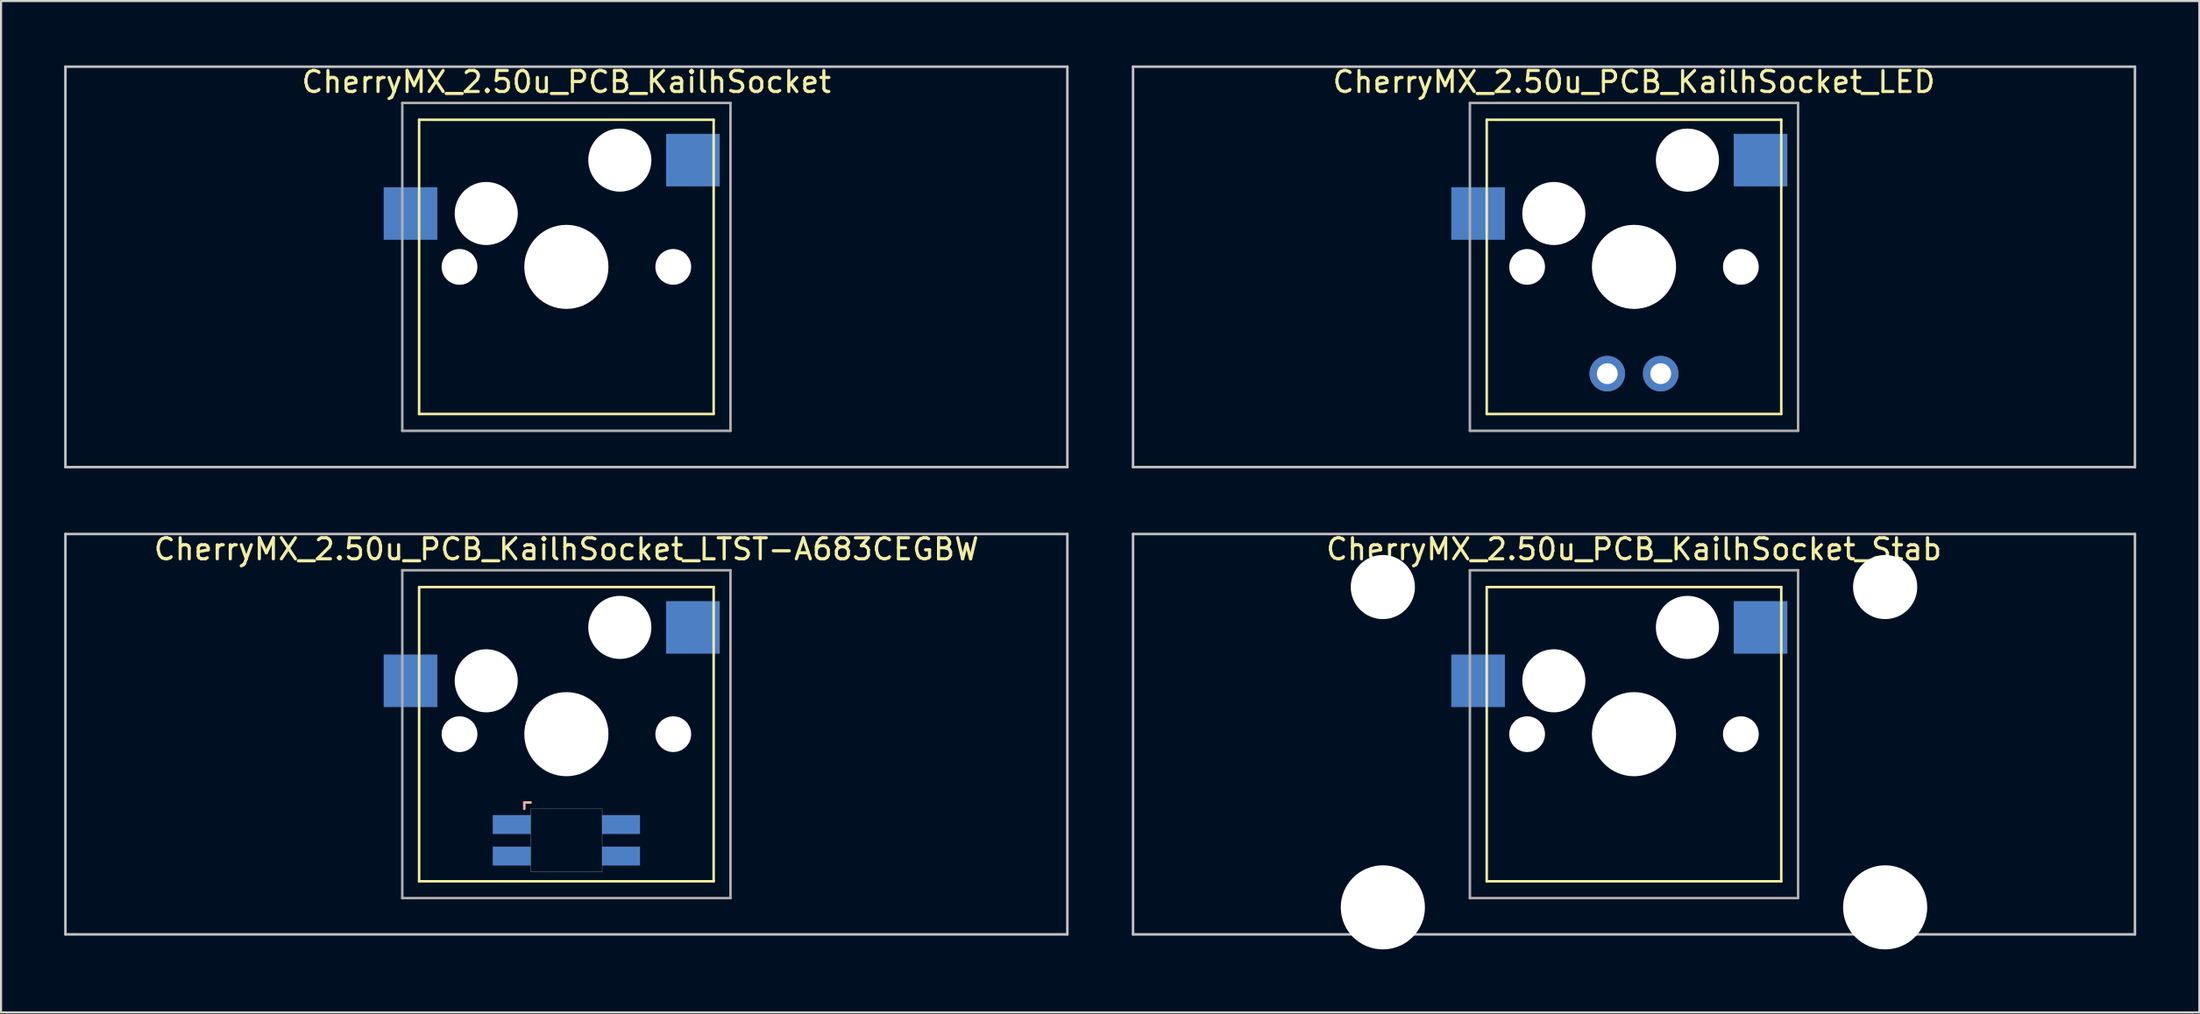
<source format=kicad_pcb>
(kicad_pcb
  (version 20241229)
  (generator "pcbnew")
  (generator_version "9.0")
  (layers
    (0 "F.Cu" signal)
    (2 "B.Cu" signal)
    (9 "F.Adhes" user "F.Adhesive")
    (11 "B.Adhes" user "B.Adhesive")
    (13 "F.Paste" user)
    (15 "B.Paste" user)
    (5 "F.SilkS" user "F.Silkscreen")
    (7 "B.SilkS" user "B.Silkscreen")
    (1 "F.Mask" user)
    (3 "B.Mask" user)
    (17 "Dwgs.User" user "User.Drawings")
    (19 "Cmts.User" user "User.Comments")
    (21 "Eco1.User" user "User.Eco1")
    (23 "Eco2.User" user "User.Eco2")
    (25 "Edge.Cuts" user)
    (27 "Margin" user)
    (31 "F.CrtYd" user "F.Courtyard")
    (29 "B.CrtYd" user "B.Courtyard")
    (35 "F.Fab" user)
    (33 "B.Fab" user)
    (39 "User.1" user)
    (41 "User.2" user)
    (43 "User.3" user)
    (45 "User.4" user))
  (footprint "CherryMX_2.50u_PCB_KailhSocket_LTST-A683CEGBW"
    (layer "F.Cu")
    (at 23.872 31.881)
    (property "Reference" "CherryMX_2.50u_PCB_KailhSocket_LTST-A683CEGBW" (at 0 -8.8 0) (layer "F.SilkS") (effects (font (size 1 1) (thickness 0.15))))
    (attr through_hole)
    (fp_line (start -7 -7) (end -7 7) (stroke (width 0.12) (type solid)) (layer "F.SilkS"))
    (fp_line (start -7 -7) (end 7 -7) (stroke (width 0.12) (type solid)) (layer "F.SilkS"))
    (fp_line (start 7 -7) (end 7 7) (stroke (width 0.12) (type solid)) (layer "F.SilkS"))
    (fp_line (start 7 7) (end -7 7) (stroke (width 0.12) (type solid)) (layer "F.SilkS"))
    (fp_line (start -2 3.25) (end -2 3.55) (stroke (width 0.12) (type solid)) (layer "B.SilkS"))
    (fp_line (start -1.7 3.25) (end -2 3.25) (stroke (width 0.12) (type solid)) (layer "B.SilkS"))
    (fp_line (start -23.812 -9.525) (end 23.812 -9.525) (stroke (width 0.12) (type solid)) (layer "Dwgs.User"))
    (fp_line (start -23.812 9.525) (end -23.812 -9.525) (stroke (width 0.12) (type solid)) (layer "Dwgs.User"))
    (fp_line (start 23.812 -9.525) (end 23.812 9.525) (stroke (width 0.12) (type solid)) (layer "Dwgs.User"))
    (fp_line (start 23.812 9.525) (end -23.812 9.525) (stroke (width 0.12) (type solid)) (layer "Dwgs.User"))
    (fp_poly (pts (xy 1.7 6.55) (xy -1.7 6.55) (xy -1.7 3.55) (xy 1.7 3.55)) (stroke (width 0.01) (type solid)) (fill no) (layer "Edge.Cuts"))
    (fp_line (start -7.8 -7.8) (end -7.8 7.8) (stroke (width 0.12) (type solid)) (layer "F.Fab"))
    (fp_line (start -7.8 -7.8) (end 7.8 -7.8) (stroke (width 0.12) (type solid)) (layer "F.Fab"))
    (fp_line (start -7.8 7.8) (end 7.8 7.8) (stroke (width 0.12) (type solid)) (layer "F.Fab"))
    (fp_line (start 7.8 -7.8) (end 7.8 7.8) (stroke (width 0.12) (type solid)) (layer "F.Fab"))
    (pad "" np_thru_hole circle (at -5.08 0) (size 1.7 1.7) (drill 1.7) (layers "*.Cu" "*.Mask"))
    (pad "" np_thru_hole circle (at -3.81 -2.54) (size 3 3) (drill 3) (layers "*.Cu" "*.Mask"))
    (pad "" np_thru_hole circle (at 0 0) (size 4 4) (drill 4) (layers "*.Cu" "*.Mask"))
    (pad "" np_thru_hole circle (at 2.54 -5.08) (size 3 3) (drill 3) (layers "*.Cu" "*.Mask"))
    (pad "" np_thru_hole circle (at 5.08 0) (size 1.7 1.7) (drill 1.7) (layers "*.Cu" "*.Mask"))
    (pad "1" smd rect (at -7.41 -2.54) (size 2.55 2.5) (layers "B.Cu" "B.Mask" "B.Paste"))
    (pad "2" smd rect (at 6.015 -5.08) (size 2.55 2.5) (layers "B.Cu" "B.Mask" "B.Paste"))
    (pad "3" smd rect (at -2.6 4.3) (size 1.8 0.9) (layers "B.Cu" "B.Mask" "B.Paste"))
    (pad "4" smd rect (at -2.6 5.8) (size 1.8 0.9) (layers "B.Cu" "B.Mask" "B.Paste"))
    (pad "5" smd rect (at 2.6 4.3) (size 1.8 0.9) (layers "B.Cu" "B.Mask" "B.Paste"))
    (pad "6" smd rect (at 2.6 5.8) (size 1.8 0.9) (layers "B.Cu" "B.Mask" "B.Paste")))
  (footprint "CherryMX_2.50u_PCB_KailhSocket_Stab"
    (layer "F.Cu")
    (at 74.618 31.881)
    (property "Reference" "CherryMX_2.50u_PCB_KailhSocket_Stab" (at 0 -8.8 0) (layer "F.SilkS") (effects (font (size 1 1) (thickness 0.15))))
    (attr through_hole)
    (fp_line (start -7 -7) (end -7 7) (stroke (width 0.12) (type solid)) (layer "F.SilkS"))
    (fp_line (start -7 -7) (end 7 -7) (stroke (width 0.12) (type solid)) (layer "F.SilkS"))
    (fp_line (start 7 -7) (end 7 7) (stroke (width 0.12) (type solid)) (layer "F.SilkS"))
    (fp_line (start 7 7) (end -7 7) (stroke (width 0.12) (type solid)) (layer "F.SilkS"))
    (fp_line (start -23.812 -9.525) (end 23.812 -9.525) (stroke (width 0.12) (type solid)) (layer "Dwgs.User"))
    (fp_line (start -23.812 9.525) (end -23.812 -9.525) (stroke (width 0.12) (type solid)) (layer "Dwgs.User"))
    (fp_line (start 23.812 -9.525) (end 23.812 9.525) (stroke (width 0.12) (type solid)) (layer "Dwgs.User"))
    (fp_line (start 23.812 9.525) (end -23.812 9.525) (stroke (width 0.12) (type solid)) (layer "Dwgs.User"))
    (fp_line (start -7.8 -7.8) (end -7.8 7.8) (stroke (width 0.12) (type solid)) (layer "F.Fab"))
    (fp_line (start -7.8 -7.8) (end 7.8 -7.8) (stroke (width 0.12) (type solid)) (layer "F.Fab"))
    (fp_line (start -7.8 7.8) (end 7.8 7.8) (stroke (width 0.12) (type solid)) (layer "F.Fab"))
    (fp_line (start 7.8 -7.8) (end 7.8 7.8) (stroke (width 0.12) (type solid)) (layer "F.Fab"))
    (pad "" np_thru_hole circle (at -11.938 -7) (size 3.05 3.05) (drill 3.05) (layers "*.Cu" "*.Mask"))
    (pad "" np_thru_hole circle (at -11.938 8.24) (size 4 4) (drill 4) (layers "*.Cu" "*.Mask"))
    (pad "" np_thru_hole circle (at -5.08 0) (size 1.7 1.7) (drill 1.7) (layers "*.Cu" "*.Mask"))
    (pad "" np_thru_hole circle (at -3.81 -2.54) (size 3 3) (drill 3) (layers "*.Cu" "*.Mask"))
    (pad "" np_thru_hole circle (at 0 0) (size 4 4) (drill 4) (layers "*.Cu" "*.Mask"))
    (pad "" np_thru_hole circle (at 2.54 -5.08) (size 3 3) (drill 3) (layers "*.Cu" "*.Mask"))
    (pad "" np_thru_hole circle (at 5.08 0) (size 1.7 1.7) (drill 1.7) (layers "*.Cu" "*.Mask"))
    (pad "" np_thru_hole circle (at 11.938 -7) (size 3.05 3.05) (drill 3.05) (layers "*.Cu" "*.Mask"))
    (pad "" np_thru_hole circle (at 11.938 8.24) (size 4 4) (drill 4) (layers "*.Cu" "*.Mask"))
    (pad "1" smd rect (at -7.41 -2.54) (size 2.55 2.5) (layers "B.Cu" "B.Mask" "B.Paste"))
    (pad "2" smd rect (at 6.015 -5.08) (size 2.55 2.5) (layers "B.Cu" "B.Mask" "B.Paste")))
  (footprint "CherryMX_2.50u_PCB_KailhSocket"
    (layer "F.Cu")
    (at 23.872 9.648)
    (property "Reference" "CherryMX_2.50u_PCB_KailhSocket" (at 0 -8.8 0) (layer "F.SilkS") (effects (font (size 1 1) (thickness 0.15))))
    (attr through_hole)
    (fp_line (start -7 -7) (end -7 7) (stroke (width 0.12) (type solid)) (layer "F.SilkS"))
    (fp_line (start -7 -7) (end 7 -7) (stroke (width 0.12) (type solid)) (layer "F.SilkS"))
    (fp_line (start 7 -7) (end 7 7) (stroke (width 0.12) (type solid)) (layer "F.SilkS"))
    (fp_line (start 7 7) (end -7 7) (stroke (width 0.12) (type solid)) (layer "F.SilkS"))
    (fp_line (start -23.812 -9.525) (end 23.812 -9.525) (stroke (width 0.12) (type solid)) (layer "Dwgs.User"))
    (fp_line (start -23.812 9.525) (end -23.812 -9.525) (stroke (width 0.12) (type solid)) (layer "Dwgs.User"))
    (fp_line (start 23.812 -9.525) (end 23.812 9.525) (stroke (width 0.12) (type solid)) (layer "Dwgs.User"))
    (fp_line (start 23.812 9.525) (end -23.812 9.525) (stroke (width 0.12) (type solid)) (layer "Dwgs.User"))
    (fp_line (start -7.8 -7.8) (end -7.8 7.8) (stroke (width 0.12) (type solid)) (layer "F.Fab"))
    (fp_line (start -7.8 -7.8) (end 7.8 -7.8) (stroke (width 0.12) (type solid)) (layer "F.Fab"))
    (fp_line (start -7.8 7.8) (end 7.8 7.8) (stroke (width 0.12) (type solid)) (layer "F.Fab"))
    (fp_line (start 7.8 -7.8) (end 7.8 7.8) (stroke (width 0.12) (type solid)) (layer "F.Fab"))
    (pad "" np_thru_hole circle (at -5.08 0) (size 1.7 1.7) (drill 1.7) (layers "*.Cu" "*.Mask"))
    (pad "" np_thru_hole circle (at -3.81 -2.54) (size 3 3) (drill 3) (layers "*.Cu" "*.Mask"))
    (pad "" np_thru_hole circle (at 0 0) (size 4 4) (drill 4) (layers "*.Cu" "*.Mask"))
    (pad "" np_thru_hole circle (at 2.54 -5.08) (size 3 3) (drill 3) (layers "*.Cu" "*.Mask"))
    (pad "" np_thru_hole circle (at 5.08 0) (size 1.7 1.7) (drill 1.7) (layers "*.Cu" "*.Mask"))
    (pad "1" smd rect (at -7.41 -2.54) (size 2.55 2.5) (layers "B.Cu" "B.Mask" "B.Paste"))
    (pad "2" smd rect (at 6.015 -5.08) (size 2.55 2.5) (layers "B.Cu" "B.Mask" "B.Paste")))
  (footprint "CherryMX_2.50u_PCB_KailhSocket_LED"
    (layer "F.Cu")
    (at 74.618 9.648)
    (property "Reference" "CherryMX_2.50u_PCB_KailhSocket_LED" (at 0 -8.8 0) (layer "F.SilkS") (effects (font (size 1 1) (thickness 0.15))))
    (attr through_hole)
    (fp_line (start -7 -7) (end -7 7) (stroke (width 0.12) (type solid)) (layer "F.SilkS"))
    (fp_line (start -7 -7) (end 7 -7) (stroke (width 0.12) (type solid)) (layer "F.SilkS"))
    (fp_line (start 7 -7) (end 7 7) (stroke (width 0.12) (type solid)) (layer "F.SilkS"))
    (fp_line (start 7 7) (end -7 7) (stroke (width 0.12) (type solid)) (layer "F.SilkS"))
    (fp_line (start -23.812 -9.525) (end 23.812 -9.525) (stroke (width 0.12) (type solid)) (layer "Dwgs.User"))
    (fp_line (start -23.812 9.525) (end -23.812 -9.525) (stroke (width 0.12) (type solid)) (layer "Dwgs.User"))
    (fp_line (start 23.812 -9.525) (end 23.812 9.525) (stroke (width 0.12) (type solid)) (layer "Dwgs.User"))
    (fp_line (start 23.812 9.525) (end -23.812 9.525) (stroke (width 0.12) (type solid)) (layer "Dwgs.User"))
    (fp_line (start -7.8 -7.8) (end -7.8 7.8) (stroke (width 0.12) (type solid)) (layer "F.Fab"))
    (fp_line (start -7.8 -7.8) (end 7.8 -7.8) (stroke (width 0.12) (type solid)) (layer "F.Fab"))
    (fp_line (start -7.8 7.8) (end 7.8 7.8) (stroke (width 0.12) (type solid)) (layer "F.Fab"))
    (fp_line (start 7.8 -7.8) (end 7.8 7.8) (stroke (width 0.12) (type solid)) (layer "F.Fab"))
    (pad "" np_thru_hole circle (at -5.08 0) (size 1.7 1.7) (drill 1.7) (layers "*.Cu" "*.Mask"))
    (pad "" np_thru_hole circle (at -3.81 -2.54) (size 3 3) (drill 3) (layers "*.Cu" "*.Mask"))
    (pad "" np_thru_hole circle (at 0 0) (size 4 4) (drill 4) (layers "*.Cu" "*.Mask"))
    (pad "" np_thru_hole circle (at 2.54 -5.08) (size 3 3) (drill 3) (layers "*.Cu" "*.Mask"))
    (pad "" np_thru_hole circle (at 5.08 0) (size 1.7 1.7) (drill 1.7) (layers "*.Cu" "*.Mask"))
    (pad "1" smd rect (at -7.41 -2.54) (size 2.55 2.5) (layers "B.Cu" "B.Mask" "B.Paste"))
    (pad "2" smd rect (at 6.015 -5.08) (size 2.55 2.5) (layers "B.Cu" "B.Mask" "B.Paste"))
    (pad "3" thru_hole circle (at -1.27 5.08) (size 1.691 1.691) (drill 0.991) (layers "*.Cu" "*.Mask"))
    (pad "4" thru_hole circle (at 1.27 5.08) (size 1.691 1.691) (drill 0.991) (layers "*.Cu" "*.Mask")))
  (gr_rect
    (start -3 -3)
    (end 101.49 45.121)
    (stroke (width 0.1) (type default))
    (fill no)
    (layer "Edge.Cuts")))
</source>
